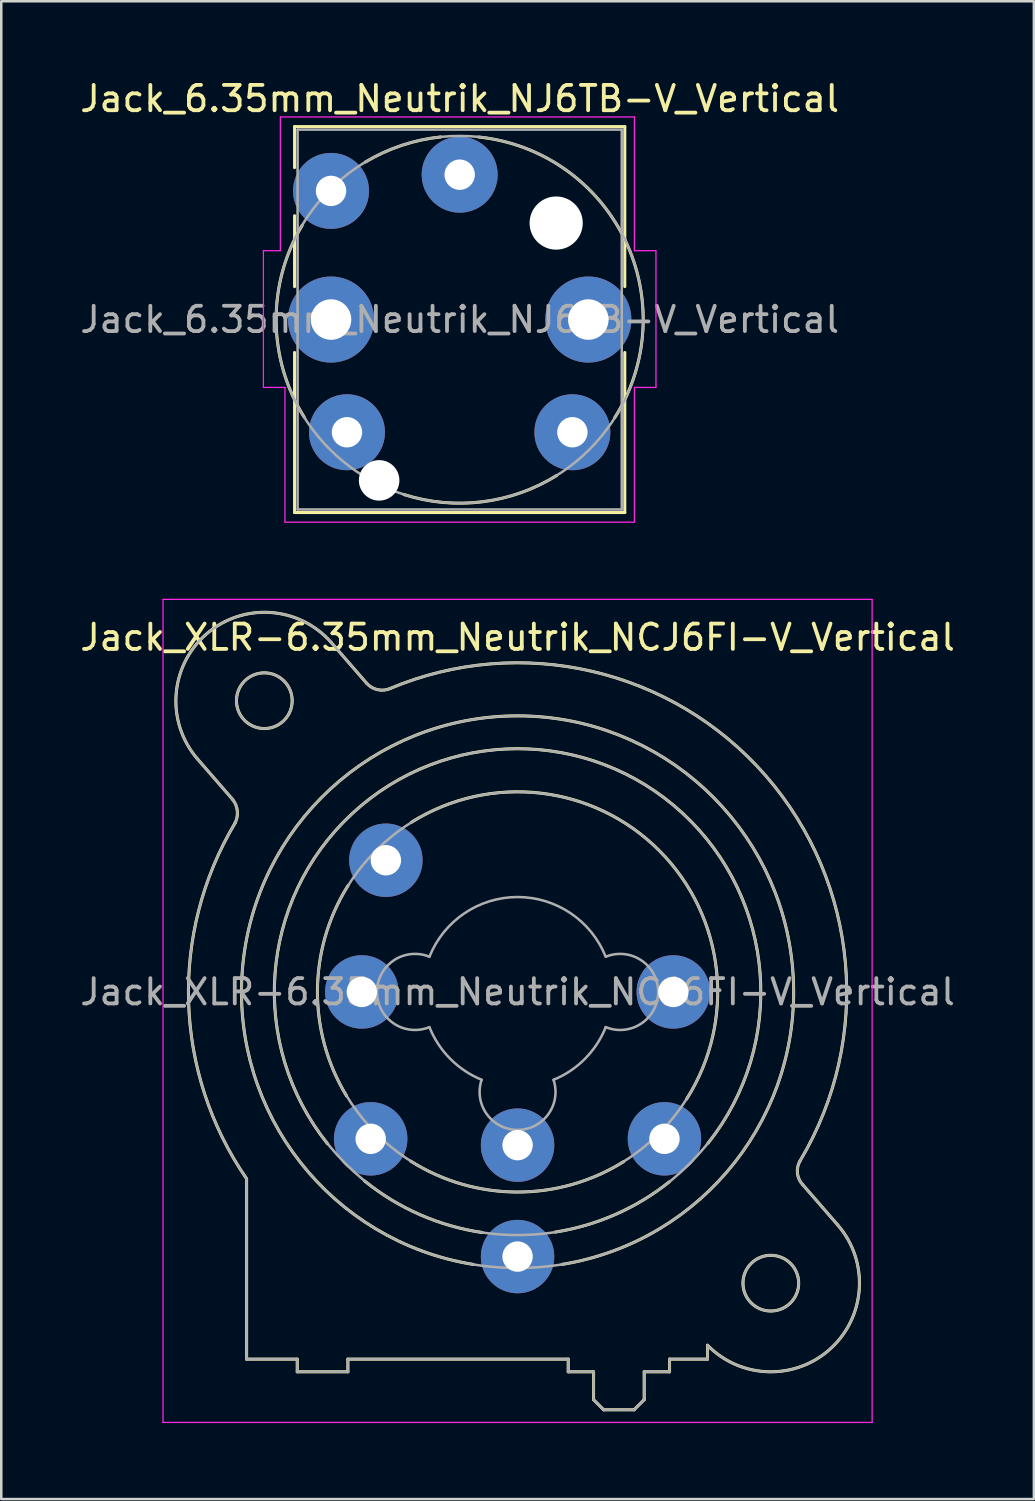
<source format=kicad_pcb>
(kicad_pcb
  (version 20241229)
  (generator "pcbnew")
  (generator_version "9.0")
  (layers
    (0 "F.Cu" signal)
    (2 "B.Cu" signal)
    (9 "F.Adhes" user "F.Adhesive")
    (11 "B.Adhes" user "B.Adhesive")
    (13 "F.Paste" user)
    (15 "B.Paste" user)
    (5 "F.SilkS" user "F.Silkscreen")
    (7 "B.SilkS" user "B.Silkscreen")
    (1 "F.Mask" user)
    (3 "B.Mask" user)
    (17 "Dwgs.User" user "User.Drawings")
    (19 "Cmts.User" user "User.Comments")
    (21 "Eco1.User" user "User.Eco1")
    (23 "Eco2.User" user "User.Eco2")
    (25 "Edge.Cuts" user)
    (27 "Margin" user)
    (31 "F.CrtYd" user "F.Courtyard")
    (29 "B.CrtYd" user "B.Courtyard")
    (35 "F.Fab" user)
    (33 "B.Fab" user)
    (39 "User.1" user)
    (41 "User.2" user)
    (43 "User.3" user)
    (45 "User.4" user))
  (footprint "Jack_6.35mm_Neutrik_NJ6TB-V_Vertical"
    (layer "F.Cu")
    (at 15.101 3.848)
    (property "Reference" "Jack_6.35mm_Neutrik_NJ6TB-V_Vertical" (at 0 -3 0) (layer "F.SilkS") (effects (font (size 1 1) (thickness 0.15))))
    (attr through_hole)
    (fp_line (start -6.52 -1.9) (end -6.52 -0.28) (stroke (width 0.12) (type solid)) (layer "F.SilkS"))
    (fp_line (start -6.52 -1.9) (end 6.52 -1.9) (stroke (width 0.12) (type solid)) (layer "F.SilkS"))
    (fp_line (start -6.52 1.62) (end -6.52 4.42) (stroke (width 0.12) (type solid)) (layer "F.SilkS"))
    (fp_line (start -6.52 7.02) (end -6.52 13.34) (stroke (width 0.12) (type solid)) (layer "F.SilkS"))
    (fp_line (start -6.52 13.34) (end 6.52 13.34) (stroke (width 0.12) (type solid)) (layer "F.SilkS"))
    (fp_line (start 6.52 -1.9) (end 6.52 4.42) (stroke (width 0.12) (type solid)) (layer "F.SilkS"))
    (fp_line (start 6.52 7.02) (end 6.52 13.34) (stroke (width 0.12) (type solid)) (layer "F.SilkS"))
    (fp_arc (start -6.138365 9.573216) (mid -7.247116 5.79812) (end -6.22 2) (stroke (width 0.12) (type solid)) (layer "F.SilkS"))
    (fp_arc (start -3.726809 -0.497515) (mid -2.292752 -1.156764) (end -0.75 -1.49) (stroke (width 0.12) (type solid)) (layer "F.SilkS"))
    (fp_arc (start 0.741615 -1.488246) (mid 6.519796 2.557554) (end 6.12 9.6) (stroke (width 0.12) (type solid)) (layer "F.SilkS"))
    (fp_arc (start 3.836366 11.873893) (mid 0.901303 12.915537) (end -2.2 12.63) (stroke (width 0.12) (type solid)) (layer "F.SilkS"))
    (fp_line (start -7.75 3) (end -7.75 8.4) (stroke (width 0.05) (type solid)) (layer "F.CrtYd"))
    (fp_line (start -7.08 -2.28) (end -7.08 3) (stroke (width 0.05) (type solid)) (layer "F.CrtYd"))
    (fp_line (start -7.08 -2.28) (end 6.9 -2.28) (stroke (width 0.05) (type solid)) (layer "F.CrtYd"))
    (fp_line (start -7.08 3) (end -7.75 3) (stroke (width 0.05) (type solid)) (layer "F.CrtYd"))
    (fp_line (start -6.9 8.4) (end -7.75 8.4) (stroke (width 0.05) (type solid)) (layer "F.CrtYd"))
    (fp_line (start -6.9 8.4) (end -6.9 13.72) (stroke (width 0.05) (type solid)) (layer "F.CrtYd"))
    (fp_line (start -6.9 13.72) (end 6.9 13.72) (stroke (width 0.05) (type solid)) (layer "F.CrtYd"))
    (fp_line (start 6.9 -2.28) (end 6.9 3) (stroke (width 0.05) (type solid)) (layer "F.CrtYd"))
    (fp_line (start 6.9 3) (end 7.75 3) (stroke (width 0.05) (type solid)) (layer "F.CrtYd"))
    (fp_line (start 6.9 8.4) (end 6.9 13.72) (stroke (width 0.05) (type solid)) (layer "F.CrtYd"))
    (fp_line (start 6.9 8.4) (end 7.75 8.4) (stroke (width 0.05) (type solid)) (layer "F.CrtYd"))
    (fp_line (start 7.75 3) (end 7.75 8.4) (stroke (width 0.05) (type solid)) (layer "F.CrtYd"))
    (fp_line (start -6.4 -1.78) (end -6.4 13.22) (stroke (width 0.1) (type solid)) (layer "F.Fab"))
    (fp_line (start -6.4 -1.78) (end 6.4 -1.78) (stroke (width 0.1) (type solid)) (layer "F.Fab"))
    (fp_line (start -6.4 13.22) (end 6.4 13.22) (stroke (width 0.1) (type solid)) (layer "F.Fab"))
    (fp_line (start 6.4 -1.78) (end 6.4 13.22) (stroke (width 0.1) (type solid)) (layer "F.Fab"))
    (fp_circle (center 0 5.72) (end -7.25 5.72) (stroke (width 0.1) (type solid)) (fill no) (layer "F.Fab"))
    (fp_text user "${REFERENCE}" (at 0 5.72 0) (layer "F.Fab") (effects (font (size 1 1) (thickness 0.15))))
    (pad "" np_thru_hole circle (at -3.18 12.07 180) (size 1.6 1.6) (drill 1.6) (layers "*.Cu" "*.Mask"))
    (pad "" np_thru_hole circle (at 3.81 1.91 180) (size 2.1 2.1) (drill 2.1) (layers "*.Cu" "*.Mask"))
    (pad "R" thru_hole circle (at 5.08 5.72 180) (size 3.4 3.4) (drill 1.6) (layers "*.Cu" "*.Mask"))
    (pad "RN" thru_hole circle (at 4.45 10.17 180) (size 3 3) (drill 1.2) (layers "*.Cu" "*.Mask"))
    (pad "S" thru_hole circle (at -5.08 5.72 180) (size 3.4 3.4) (drill 1.6) (layers "*.Cu" "*.Mask"))
    (pad "SN" thru_hole circle (at -4.45 10.17 180) (size 3 3) (drill 1.2) (layers "*.Cu" "*.Mask"))
    (pad "T" thru_hole circle (at 0 0 180) (size 3 3) (drill 1.2) (layers "*.Cu" "*.Mask"))
    (pad "TN" thru_hole circle (at -5.08 0.64 180) (size 3 3) (drill 1.2) (layers "*.Cu" "*.Mask")))
  (footprint "Jack_XLR-6.35mm_Neutrik_NCJ6FI-V_Vertical"
    (layer "F.Cu")
    (at 23.537 36.118)
    (property "Reference" "Jack_XLR-6.35mm_Neutrik_NCJ6FI-V_Vertical" (at -6.15 -14 0) (layer "F.SilkS") (effects (font (size 1 1) (thickness 0.15))))
    (attr through_hole)
    (fp_line (start -17.4 -7.6) (end -18.79 -9.2) (stroke (width 0.12) (type solid)) (layer "F.SilkS"))
    (fp_line (start -16.85 14.5) (end -16.85 7.38) (stroke (width 0.12) (type solid)) (layer "F.SilkS"))
    (fp_line (start -14.85 14.5) (end -16.85 14.5) (stroke (width 0.12) (type solid)) (layer "F.SilkS"))
    (fp_line (start -14.85 14.5) (end -14.85 15) (stroke (width 0.12) (type solid)) (layer "F.SilkS"))
    (fp_line (start -13.51 -13.8) (end -12.11 -12.19) (stroke (width 0.12) (type solid)) (layer "F.SilkS"))
    (fp_line (start -12.85 14.5) (end -12.85 15) (stroke (width 0.12) (type solid)) (layer "F.SilkS"))
    (fp_line (start -12.85 15) (end -14.85 15) (stroke (width 0.12) (type solid)) (layer "F.SilkS"))
    (fp_line (start -4.15 14.5) (end -12.85 14.5) (stroke (width 0.12) (type solid)) (layer "F.SilkS"))
    (fp_line (start -4.15 14.5) (end -4.15 15) (stroke (width 0.12) (type solid)) (layer "F.SilkS"))
    (fp_line (start -3.15 15) (end -4.15 15) (stroke (width 0.12) (type solid)) (layer "F.SilkS"))
    (fp_line (start -3.15 15) (end -3.15 16.1) (stroke (width 0.12) (type solid)) (layer "F.SilkS"))
    (fp_line (start -3.15 16.1) (end -2.75 16.5) (stroke (width 0.12) (type solid)) (layer "F.SilkS"))
    (fp_line (start -1.55 16.5) (end -2.75 16.5) (stroke (width 0.12) (type solid)) (layer "F.SilkS"))
    (fp_line (start -1.15 15) (end -1.15 16.1) (stroke (width 0.12) (type solid)) (layer "F.SilkS"))
    (fp_line (start -1.15 16.1) (end -1.55 16.5) (stroke (width 0.12) (type solid)) (layer "F.SilkS"))
    (fp_line (start -0.15 14.5) (end -0.15 15) (stroke (width 0.12) (type solid)) (layer "F.SilkS"))
    (fp_line (start -0.15 15) (end -1.15 15) (stroke (width 0.12) (type solid)) (layer "F.SilkS"))
    (fp_line (start 1.35 13.95) (end 1.35 14.5) (stroke (width 0.12) (type solid)) (layer "F.SilkS"))
    (fp_line (start 1.35 14.5) (end -0.15 14.5) (stroke (width 0.12) (type solid)) (layer "F.SilkS"))
    (fp_line (start 5.1 7.6) (end 6.49 9.2) (stroke (width 0.12) (type solid)) (layer "F.SilkS"))
    (fp_arc (start -18.79 -9.2) (mid -18.45 -14.14) (end -13.51 -13.8) (stroke (width 0.12) (type solid)) (layer "F.SilkS"))
    (fp_arc (start -17.400452 -7.59955) (mid -17.216295 -7.14315) (end -17.31 -6.66) (stroke (width 0.12) (type solid)) (layer "F.SilkS"))
    (fp_arc (start -16.851206 7.374645) (mid -19.139261 0.42462) (end -17.31 -6.66) (stroke (width 0.12) (type solid)) (layer "F.SilkS"))
    (fp_arc (start -13.65 6) (mid -6.168408 -9.604669) (end 1.372943 5.971208) (stroke (width 0.12) (type solid)) (layer "F.SilkS"))
    (fp_arc (start -12.9 4.11) (mid -14.052663 -0.0501) (end -12.847348 -4.195251) (stroke (width 0.12) (type solid)) (layer "F.SilkS"))
    (fp_arc (start -11.201352 -11.974349) (mid 3.655031 -8.530097) (end 5.01 6.66) (stroke (width 0.12) (type solid)) (layer "F.SilkS"))
    (fp_arc (start -11.177539 -11.981856) (mid -11.677484 -11.93489) (end -12.11 -12.19) (stroke (width 0.12) (type solid)) (layer "F.SilkS"))
    (fp_arc (start -10.34 -6.7) (mid -0.544787 -5.570251) (end 0.523653 4.231839) (stroke (width 0.12) (type solid)) (layer "F.SilkS"))
    (fp_arc (start -7.9 10.76) (mid -6.152346 -10.90138) (end -4.395368 10.759246) (stroke (width 0.12) (type solid)) (layer "F.SilkS"))
    (fp_arc (start -7.55 9.5) (mid -10.007174 8.793873) (end -12.190932 7.464391) (stroke (width 0.12) (type solid)) (layer "F.SilkS"))
    (fp_arc (start -1.96 6.7) (mid -6.167825 7.902264) (end -10.370184 6.681029) (stroke (width 0.12) (type solid)) (layer "F.SilkS"))
    (fp_arc (start -0.16 7.5) (mid -2.282236 8.784674) (end -4.662837 9.482534) (stroke (width 0.12) (type solid)) (layer "F.SilkS"))
    (fp_arc (start 5.109394 7.611661) (mid 4.900255 7.152483) (end 5.01 6.66) (stroke (width 0.12) (type solid)) (layer "F.SilkS"))
    (fp_arc (start 6.49 9.2) (mid 6.227307 14.070606) (end 1.351052 13.95252) (stroke (width 0.12) (type solid)) (layer "F.SilkS"))
    (fp_circle (center -16.15 -11.5) (end -15.05 -11.5) (stroke (width 0.12) (type solid)) (fill no) (layer "F.SilkS"))
    (fp_circle (center 3.85 11.5) (end 4.95 11.5) (stroke (width 0.12) (type solid)) (fill no) (layer "F.SilkS"))
    (fp_line (start -20.15 -15.5) (end 7.85 -15.5) (stroke (width 0.05) (type solid)) (layer "F.CrtYd"))
    (fp_line (start -20.15 17) (end -20.15 -15.5) (stroke (width 0.05) (type solid)) (layer "F.CrtYd"))
    (fp_line (start 7.85 -15.5) (end 7.85 17) (stroke (width 0.05) (type solid)) (layer "F.CrtYd"))
    (fp_line (start 7.85 17) (end -20.15 17) (stroke (width 0.05) (type solid)) (layer "F.CrtYd"))
    (fp_line (start -17.4 -7.6) (end -18.79 -9.2) (stroke (width 0.1) (type solid)) (layer "F.Fab"))
    (fp_line (start -16.85 14.5) (end -16.85 7.38) (stroke (width 0.1) (type solid)) (layer "F.Fab"))
    (fp_line (start -14.85 14.5) (end -16.85 14.5) (stroke (width 0.1) (type solid)) (layer "F.Fab"))
    (fp_line (start -14.85 14.5) (end -14.85 15) (stroke (width 0.1) (type solid)) (layer "F.Fab"))
    (fp_line (start -13.51 -13.8) (end -12.11 -12.19) (stroke (width 0.1) (type solid)) (layer "F.Fab"))
    (fp_line (start -12.85 14.5) (end -12.85 15) (stroke (width 0.1) (type solid)) (layer "F.Fab"))
    (fp_line (start -12.85 15) (end -14.85 15) (stroke (width 0.1) (type solid)) (layer "F.Fab"))
    (fp_line (start -4.15 14.5) (end -12.85 14.5) (stroke (width 0.1) (type solid)) (layer "F.Fab"))
    (fp_line (start -4.15 14.5) (end -4.15 15) (stroke (width 0.1) (type solid)) (layer "F.Fab"))
    (fp_line (start -3.15 15) (end -4.15 15) (stroke (width 0.1) (type solid)) (layer "F.Fab"))
    (fp_line (start -3.15 15) (end -3.15 16.1) (stroke (width 0.1) (type solid)) (layer "F.Fab"))
    (fp_line (start -3.15 16.1) (end -2.75 16.5) (stroke (width 0.1) (type solid)) (layer "F.Fab"))
    (fp_line (start -1.55 16.5) (end -2.75 16.5) (stroke (width 0.1) (type solid)) (layer "F.Fab"))
    (fp_line (start -1.15 15) (end -1.15 16.1) (stroke (width 0.1) (type solid)) (layer "F.Fab"))
    (fp_line (start -1.15 16.1) (end -1.55 16.5) (stroke (width 0.1) (type solid)) (layer "F.Fab"))
    (fp_line (start -0.15 14.5) (end -0.15 15) (stroke (width 0.1) (type solid)) (layer "F.Fab"))
    (fp_line (start -0.15 15) (end -1.15 15) (stroke (width 0.1) (type solid)) (layer "F.Fab"))
    (fp_line (start 1.35 13.95) (end 1.35 14.5) (stroke (width 0.1) (type solid)) (layer "F.Fab"))
    (fp_line (start 1.35 14.5) (end -0.15 14.5) (stroke (width 0.1) (type solid)) (layer "F.Fab"))
    (fp_line (start 5.1 7.6) (end 6.49 9.2) (stroke (width 0.1) (type solid)) (layer "F.Fab"))
    (fp_arc (start -18.79 -9.2) (mid -18.45 -14.14) (end -13.51 -13.8) (stroke (width 0.1) (type solid)) (layer "F.Fab"))
    (fp_arc (start -17.400452 -7.59955) (mid -17.216295 -7.14315) (end -17.31 -6.66) (stroke (width 0.1) (type solid)) (layer "F.Fab"))
    (fp_arc (start -16.851206 7.374645) (mid -19.139261 0.42462) (end -17.31 -6.66) (stroke (width 0.1) (type solid)) (layer "F.Fab"))
    (fp_arc (start -11.201352 -11.974349) (mid 3.655031 -8.530097) (end 5.01 6.66) (stroke (width 0.1) (type solid)) (layer "F.Fab"))
    (fp_arc (start -11.177539 -11.981856) (mid -11.677484 -11.93489) (end -12.11 -12.19) (stroke (width 0.1) (type solid)) (layer "F.Fab"))
    (fp_arc (start -9.634717 1.391925) (mid -11.702329 -0.002547) (end -9.63 -1.39) (stroke (width 0.1) (type solid)) (layer "F.Fab"))
    (fp_arc (start -9.631116 -1.387204) (mid -6.151505 -3.747333) (end -2.67 -1.39) (stroke (width 0.1) (type solid)) (layer "F.Fab"))
    (fp_arc (start -7.567529 3.468878) (mid -8.810241 2.639246) (end -9.63 1.39) (stroke (width 0.1) (type solid)) (layer "F.Fab"))
    (fp_arc (start -4.729599 3.471189) (mid -6.150627 5.448932) (end -7.57 3.47) (stroke (width 0.1) (type solid)) (layer "F.Fab"))
    (fp_arc (start -2.667476 1.389002) (mid -3.487046 2.639314) (end -4.73 3.47) (stroke (width 0.1) (type solid)) (layer "F.Fab"))
    (fp_arc (start -2.665283 -1.391925) (mid -0.597671 0.002547) (end -2.67 1.39) (stroke (width 0.1) (type solid)) (layer "F.Fab"))
    (fp_arc (start 5.109394 7.611661) (mid 4.900255 7.152483) (end 5.01 6.66) (stroke (width 0.1) (type solid)) (layer "F.Fab"))
    (fp_arc (start 6.49 9.2) (mid 6.227307 14.070606) (end 1.351052 13.95252) (stroke (width 0.1) (type solid)) (layer "F.Fab"))
    (fp_circle (center -16.15 -11.5) (end -15.05 -11.5) (stroke (width 0.1) (type solid)) (fill no) (layer "F.Fab"))
    (fp_circle (center -6.15 0) (end 1.75 0) (stroke (width 0.1) (type solid)) (fill no) (layer "F.Fab"))
    (fp_circle (center -6.15 0) (end 3.45 0) (stroke (width 0.1) (type solid)) (fill no) (layer "F.Fab"))
    (fp_circle (center -6.15 0) (end 4.75 0) (stroke (width 0.1) (type solid)) (fill no) (layer "F.Fab"))
    (fp_circle (center 3.85 11.5) (end 4.95 11.5) (stroke (width 0.1) (type solid)) (fill no) (layer "F.Fab"))
    (fp_text user "${REFERENCE}" (at -6.15 0 0) (layer "F.Fab") (effects (font (size 1 1) (thickness 0.15))))
    (pad "1" thru_hole circle (at 0 0) (size 2.9 2.9) (drill 1.2) (layers "*.Cu" "*.Mask"))
    (pad "2" thru_hole circle (at -12.3 0) (size 2.9 2.9) (drill 1.2) (layers "*.Cu" "*.Mask"))
    (pad "3" thru_hole circle (at -6.15 6.05) (size 2.9 2.9) (drill 1.2) (layers "*.Cu" "*.Mask"))
    (pad "G" thru_hole circle (at -6.15 10.45) (size 2.9 2.9) (drill 1.2) (layers "*.Cu" "*.Mask"))
    (pad "R" thru_hole circle (at -0.35 5.8) (size 2.9 2.9) (drill 1.2) (layers "*.Cu" "*.Mask"))
    (pad "S" thru_hole circle (at -11.95 5.8) (size 2.9 2.9) (drill 1.2) (layers "*.Cu" "*.Mask"))
    (pad "T" thru_hole circle (at -11.35 -5.2) (size 2.9 2.9) (drill 1.2) (layers "*.Cu" "*.Mask")))
  (gr_rect
    (start -3 -3)
    (end 37.774 56.143)
    (stroke (width 0.1) (type default))
    (fill no)
    (layer "Edge.Cuts")))
</source>
